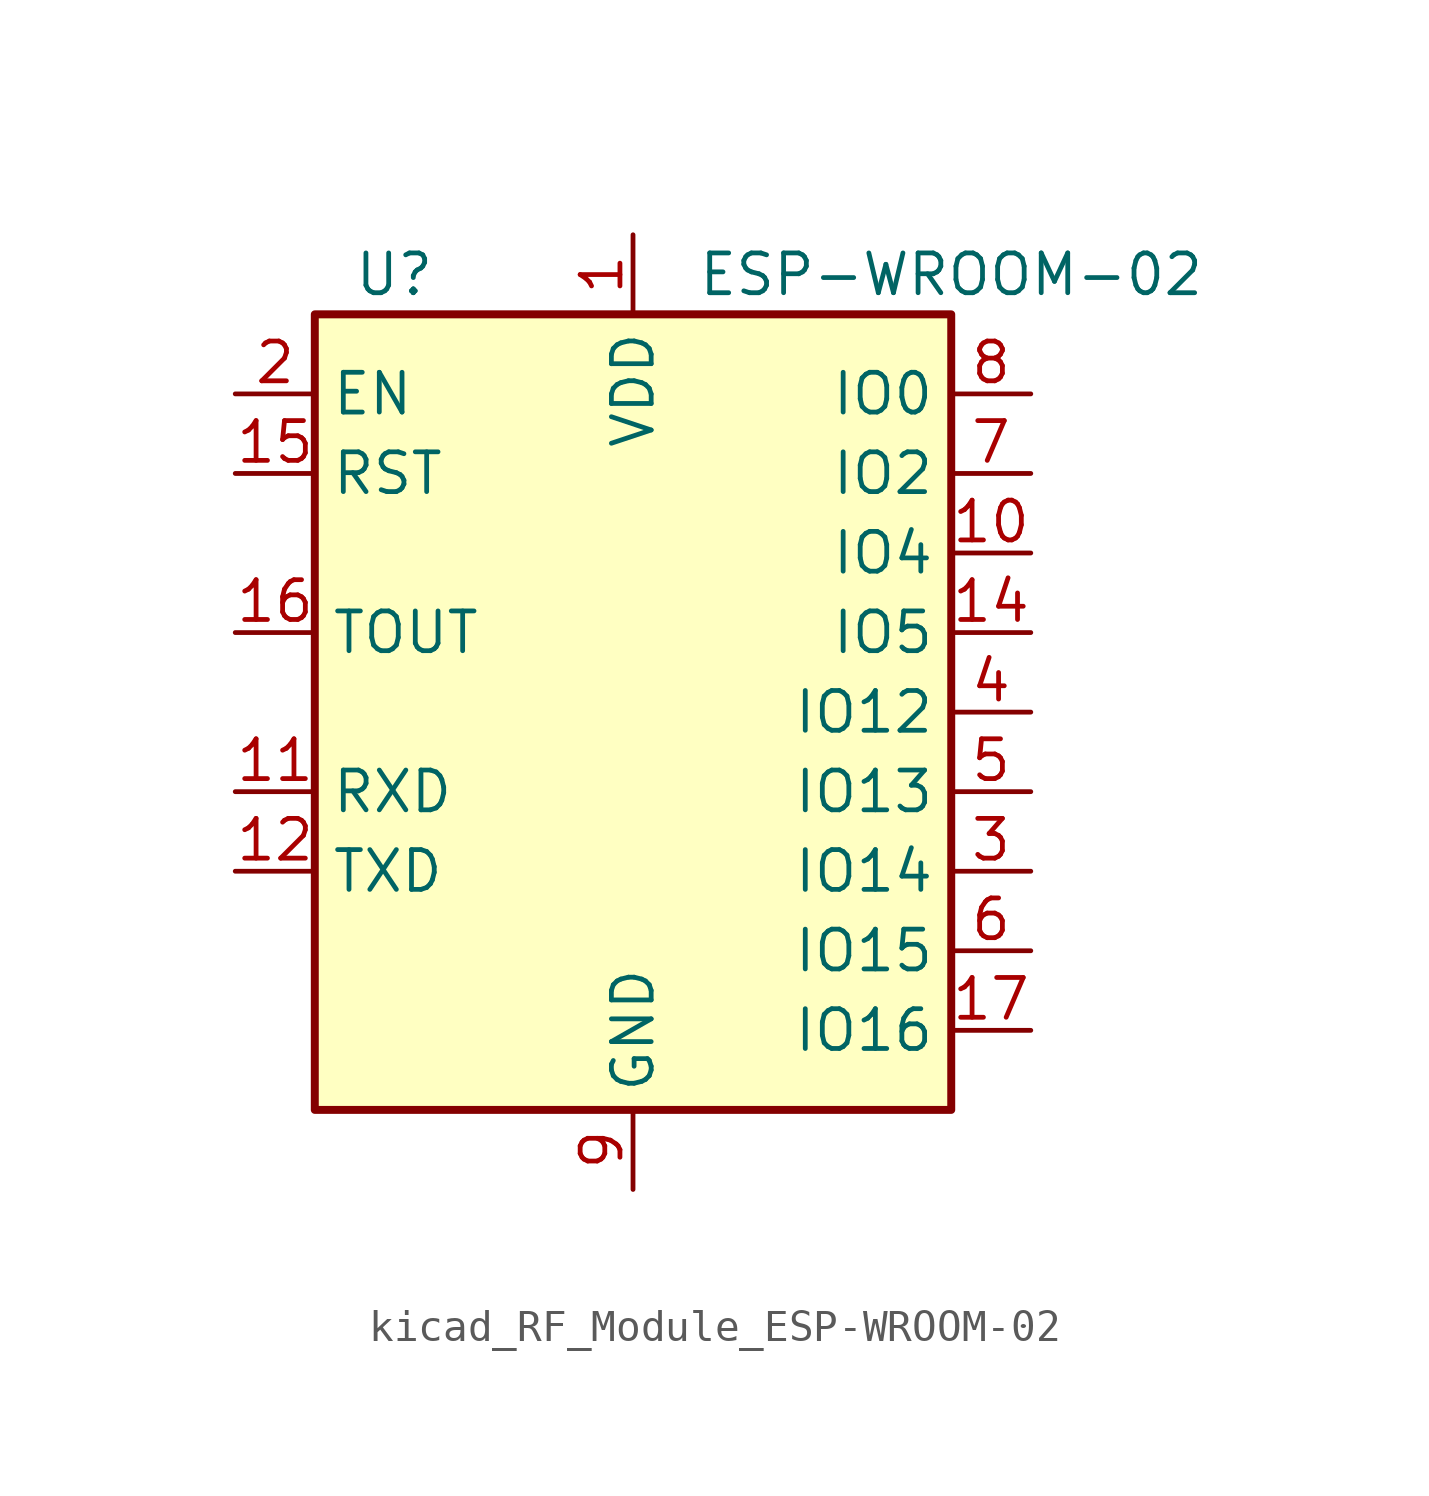
<source format=kicad_sym>
(kicad_symbol_lib
  (version 20220914)
  (generator kicad_symbol_editor)
  (symbol "kicad_RF_Module_ESP-WROOM-02"
    (property "Reference" "U"
      (at -7.62 13.97 0)
      (effects (font (size 1.27 1.27))))
    (property "Value" "ESP-WROOM-02"
      (at 10.16 13.97 0)
      (effects (font (size 1.27 1.27))))
    (symbol "kicad_RF_Module_ESP-WROOM-02_0_1"
      (rectangle (start 10.16 12.7) (end -10.16 -12.7) (stroke (width 0.254) (type default)) (fill (type background))))
    (symbol "kicad_RF_Module_ESP-WROOM-02_1_1"
      (pin power_in line (at 0 15.24 270) (length 2.54) (name "VDD" (effects (font (size 1.27 1.27)))) (number "1" (effects (font (size 1.27 1.27)))))
      (pin bidirectional line (at 12.7 5.08 180) (length 2.54) (name "IO4" (effects (font (size 1.27 1.27)))) (number "10" (effects (font (size 1.27 1.27)))))
      (pin bidirectional line (at -12.7 -2.54 0) (length 2.54) (name "RXD" (effects (font (size 1.27 1.27)))) (number "11" (effects (font (size 1.27 1.27)))))
      (pin bidirectional line (at -12.7 -5.08 0) (length 2.54) (name "TXD" (effects (font (size 1.27 1.27)))) (number "12" (effects (font (size 1.27 1.27)))))
      (pin passive line (at 0 -15.24 90) (length 2.54) hide (name "GND" (effects (font (size 1.27 1.27)))) (number "13" (effects (font (size 1.27 1.27)))))
      (pin bidirectional line (at 12.7 2.54 180) (length 2.54) (name "IO5" (effects (font (size 1.27 1.27)))) (number "14" (effects (font (size 1.27 1.27)))))
      (pin input line (at -12.7 7.62 0) (length 2.54) (name "RST" (effects (font (size 1.27 1.27)))) (number "15" (effects (font (size 1.27 1.27)))))
      (pin input line (at -12.7 2.54 0) (length 2.54) (name "TOUT" (effects (font (size 1.27 1.27)))) (number "16" (effects (font (size 1.27 1.27)))))
      (pin bidirectional line (at 12.7 -10.16 180) (length 2.54) (name "IO16" (effects (font (size 1.27 1.27)))) (number "17" (effects (font (size 1.27 1.27)))))
      (pin passive line (at 0 -15.24 90) (length 2.54) hide (name "GND" (effects (font (size 1.27 1.27)))) (number "18" (effects (font (size 1.27 1.27)))))
      (pin passive line (at 0 -15.24 90) (length 2.54) hide (name "GND" (effects (font (size 1.27 1.27)))) (number "19" (effects (font (size 1.27 1.27)))))
      (pin input line (at -12.7 10.16 0) (length 2.54) (name "EN" (effects (font (size 1.27 1.27)))) (number "2" (effects (font (size 1.27 1.27)))))
      (pin bidirectional line (at 12.7 -5.08 180) (length 2.54) (name "IO14" (effects (font (size 1.27 1.27)))) (number "3" (effects (font (size 1.27 1.27)))))
      (pin bidirectional line (at 12.7 0 180) (length 2.54) (name "IO12" (effects (font (size 1.27 1.27)))) (number "4" (effects (font (size 1.27 1.27)))))
      (pin bidirectional line (at 12.7 -2.54 180) (length 2.54) (name "IO13" (effects (font (size 1.27 1.27)))) (number "5" (effects (font (size 1.27 1.27)))))
      (pin bidirectional line (at 12.7 -7.62 180) (length 2.54) (name "IO15" (effects (font (size 1.27 1.27)))) (number "6" (effects (font (size 1.27 1.27)))))
      (pin bidirectional line (at 12.7 7.62 180) (length 2.54) (name "IO2" (effects (font (size 1.27 1.27)))) (number "7" (effects (font (size 1.27 1.27)))))
      (pin bidirectional line (at 12.7 10.16 180) (length 2.54) (name "IO0" (effects (font (size 1.27 1.27)))) (number "8" (effects (font (size 1.27 1.27)))))
      (pin power_in line (at 0 -15.24 90) (length 2.54) (name "GND" (effects (font (size 1.27 1.27)))) (number "9" (effects (font (size 1.27 1.27))))))))
</source>
